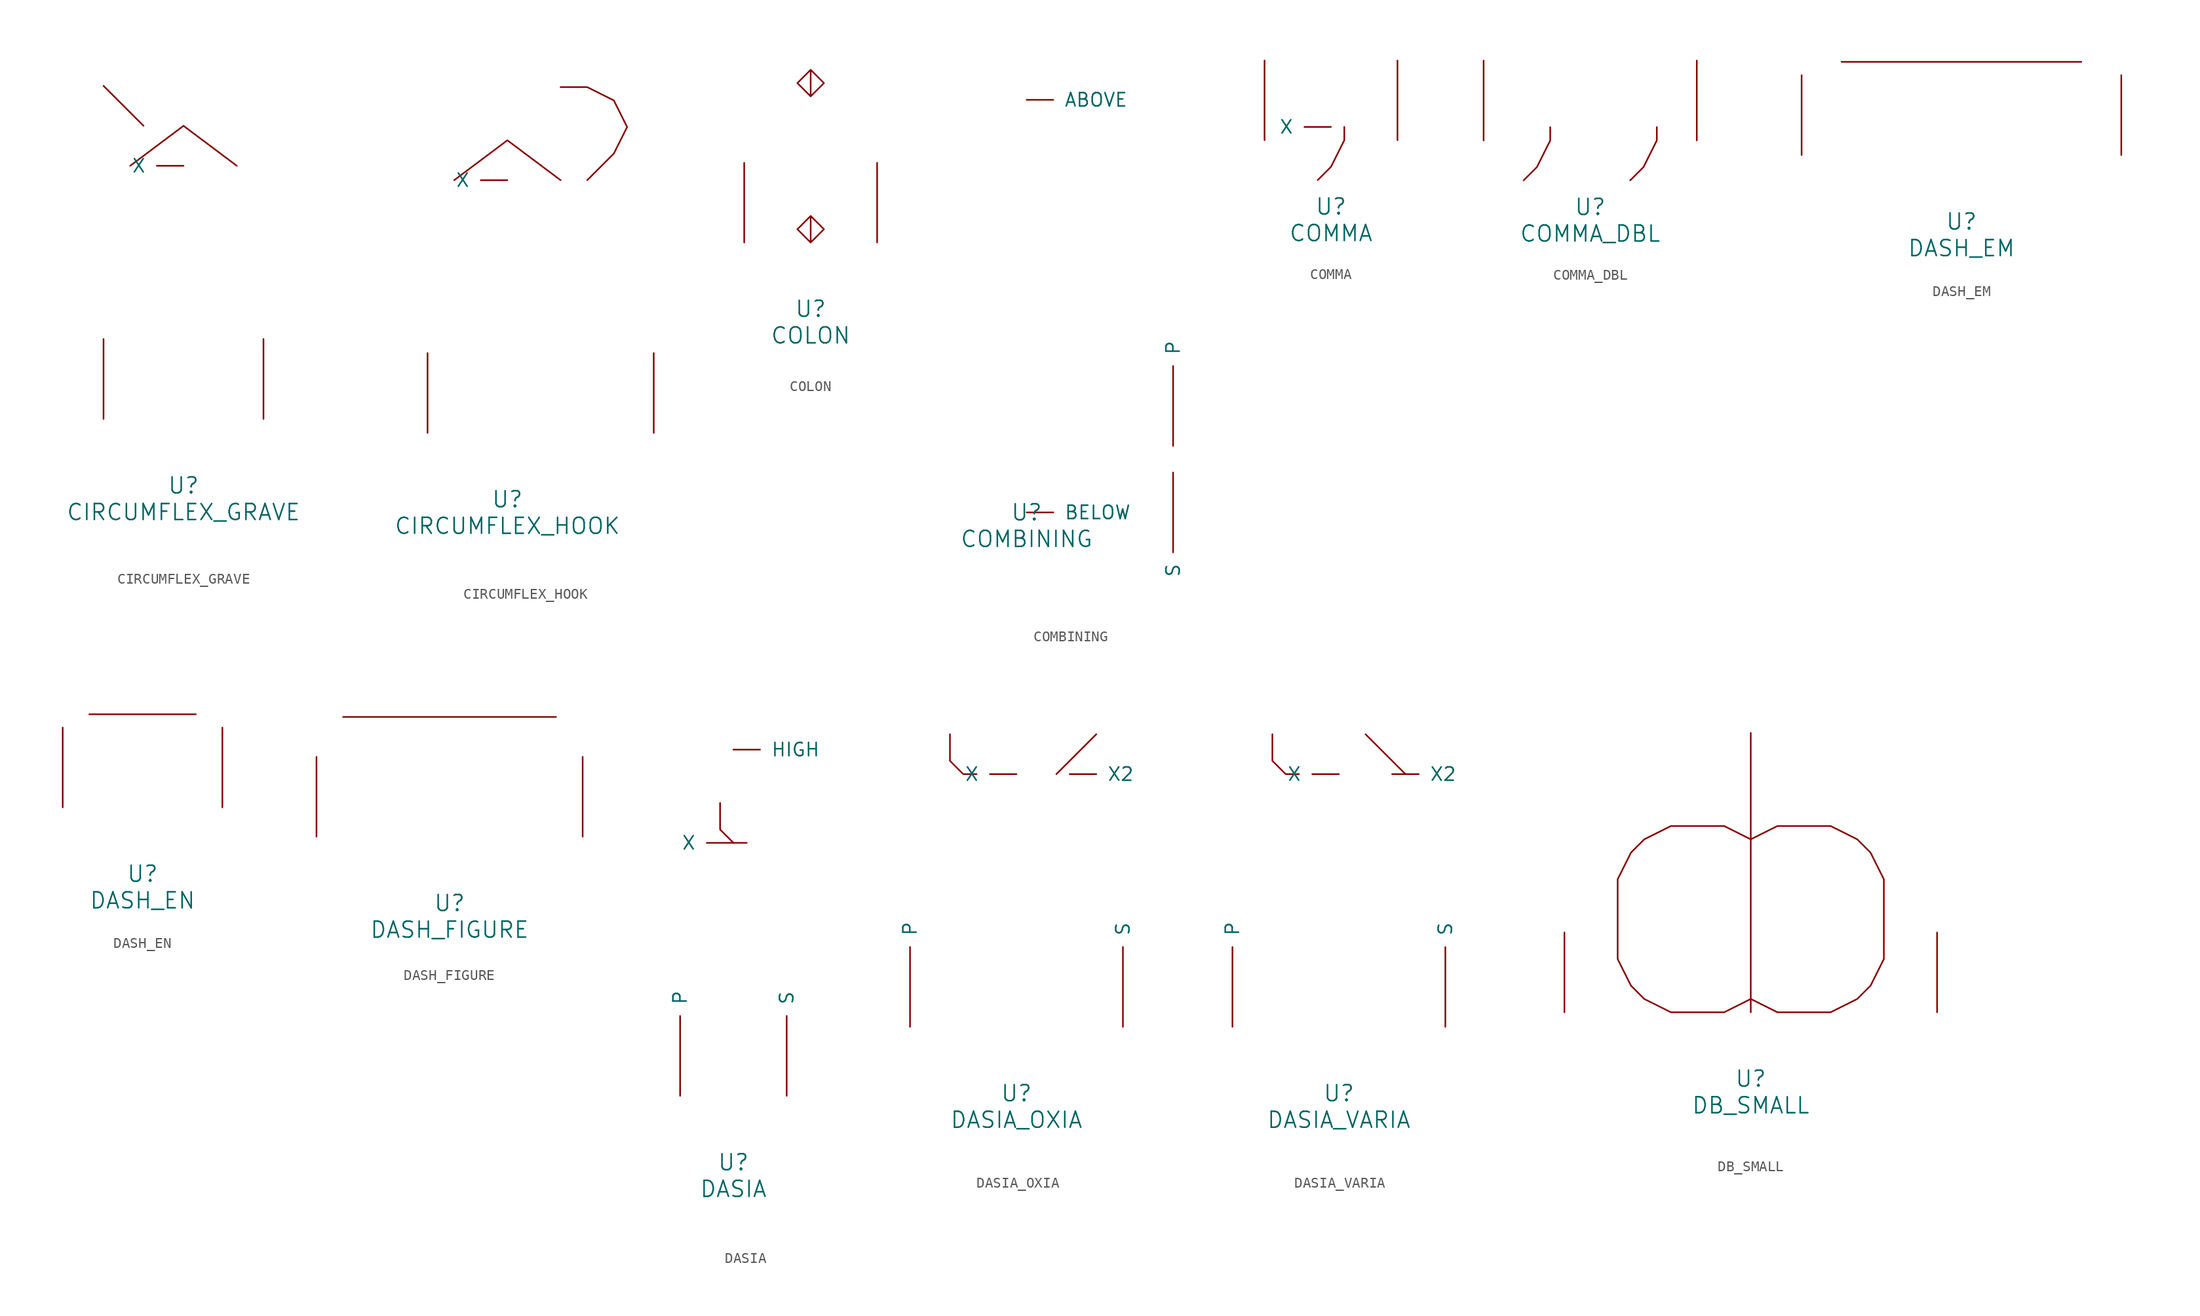
<source format=kicad_sym>
(kicad_symbol_lib
  (version 20220914)
  (generator font_lib2sym)
  (symbol "CIRCUMFLEX_GRAVE"
    (pin_names
      (offset 1.016))
    (property "Reference" "U"
      (at 0 -6.35 0)
      (effects (font (size 1.524 1.524))))
    (property "Value" "CIRCUMFLEX_GRAVE"
      (at 0 -8.89 0)
      (effects (font (size 1.524 1.524))))
    (symbol "CIRCUMFLEX_GRAVE_0_1"
      (polyline (pts (xy -3.81 27.94) (xy -7.62 31.75)) (stroke (width 0) (type solid)) (fill (type none)))
      (polyline (pts (xy -5.08 24.13) (xy 0 27.94) (xy 5.08 24.13)) (stroke (width 0) (type solid)) (fill (type none)))
      (pin input line (at 0 24.13 180) (length 2.54) (name "X" (effects (font (size 1.27 1.27)))) (number "~" (effects (font (size 1.27 1.27)))))
      (pin input line (at -7.62 0 90) (length 7.62) (name "~" (effects (font (size 1.27 1.27)))) (number "~" (effects (font (size 1.27 1.27)))))
      (pin input line (at 7.62 0 90) (length 7.62) (name "~" (effects (font (size 1.27 1.27)))) (number "~" (effects (font (size 1.27 1.27)))))))
  (symbol "CIRCUMFLEX_HOOK"
    (pin_names
      (offset 1.016))
    (property "Reference" "U"
      (at 0 -6.35 0)
      (effects (font (size 1.524 1.524))))
    (property "Value" "CIRCUMFLEX_HOOK"
      (at 0 -8.89 0)
      (effects (font (size 1.524 1.524))))
    (symbol "CIRCUMFLEX_HOOK_0_1"
      (polyline (pts (xy -5.08 24.13) (xy 0 27.94) (xy 5.08 24.13)) (stroke (width 0) (type solid)) (fill (type none)))
      (polyline (pts (xy 7.62 24.13) (xy 10.16 26.67) (xy 11.43 29.21) (xy 10.16 31.75) (xy 7.62 33.02) (xy 5.08 33.02)) (stroke (width 0) (type solid)) (fill (type none)))
      (pin input line (at 0 24.13 180) (length 2.54) (name "X" (effects (font (size 1.27 1.27)))) (number "~" (effects (font (size 1.27 1.27)))))
      (pin input line (at -7.62 0 90) (length 7.62) (name "~" (effects (font (size 1.27 1.27)))) (number "~" (effects (font (size 1.27 1.27)))))
      (pin input line (at 13.97 0 90) (length 7.62) (name "~" (effects (font (size 1.27 1.27)))) (number "~" (effects (font (size 1.27 1.27)))))))
  (symbol "COLON"
    (pin_names
      (offset 1.016))
    (property "Reference" "U"
      (at 0 -6.35 0)
      (effects (font (size 1.524 1.524))))
    (property "Value" "COLON"
      (at 0 -8.89 0)
      (effects (font (size 1.524 1.524))))
    (symbol "COLON_0_1"
      (polyline (pts (xy 0 2.54) (xy 1.27 1.27) (xy 0 0) (xy -1.27 1.27) (xy 0 2.54) (xy 0 0)) (stroke (width 0) (type solid)) (fill (type none)))
      (polyline (pts (xy 0 16.51) (xy 1.27 15.24) (xy 0 13.97) (xy -1.27 15.24) (xy 0 16.51) (xy 0 13.97)) (stroke (width 0) (type solid)) (fill (type none)))
      (pin input line (at -6.35 0 90) (length 7.62) (name "~" (effects (font (size 1.27 1.27)))) (number "~" (effects (font (size 1.27 1.27)))))
      (pin input line (at 6.35 0 90) (length 7.62) (name "~" (effects (font (size 1.27 1.27)))) (number "~" (effects (font (size 1.27 1.27)))))))
  (symbol "COMBINING"
    (pin_names
      (offset 1.016))
    (property "Reference" "U"
      (at 0 -6.35 0)
      (effects (font (size 1.524 1.524))))
    (property "Value" "COMBINING"
      (at 0 -8.89 0)
      (effects (font (size 1.524 1.524))))
    (symbol "COMBINING_0_1"
      (pin input line (at 0 33.02 0) (length 2.54) (name "ABOVE" (effects (font (size 1.27 1.27)))) (number "~" (effects (font (size 1.27 1.27)))))
      (pin input line (at 0 -6.35 0) (length 2.54) (name "BELOW" (effects (font (size 1.27 1.27)))) (number "~" (effects (font (size 1.27 1.27)))))
      (pin input line (at 13.97 0 90) (length 7.62) (name "P" (effects (font (size 1.27 1.27)))) (number "~" (effects (font (size 1.27 1.27)))))
      (pin input line (at 13.97 -2.54 270) (length 7.62) (name "S" (effects (font (size 1.27 1.27)))) (number "~" (effects (font (size 1.27 1.27)))))))
  (symbol "COMMA"
    (pin_names
      (offset 1.016))
    (property "Reference" "U"
      (at 0 -6.35 0)
      (effects (font (size 1.524 1.524))))
    (property "Value" "COMMA"
      (at 0 -8.89 0)
      (effects (font (size 1.524 1.524))))
    (symbol "COMMA_0_1"
      (polyline (pts (xy 1.27 1.27) (xy 1.27 0) (xy 0 -2.54) (xy -1.27 -3.81)) (stroke (width 0) (type solid)) (fill (type none)))
      (pin input line (at 0 1.27 180) (length 2.54) (name "X" (effects (font (size 1.27 1.27)))) (number "~" (effects (font (size 1.27 1.27)))))
      (pin input line (at -6.35 0 90) (length 7.62) (name "~" (effects (font (size 1.27 1.27)))) (number "~" (effects (font (size 1.27 1.27)))))
      (pin input line (at 6.35 0 90) (length 7.62) (name "~" (effects (font (size 1.27 1.27)))) (number "~" (effects (font (size 1.27 1.27)))))))
  (symbol "COMMA_DBL"
    (pin_names
      (offset 1.016))
    (property "Reference" "U"
      (at 0 -6.35 0)
      (effects (font (size 1.524 1.524))))
    (property "Value" "COMMA_DBL"
      (at 0 -8.89 0)
      (effects (font (size 1.524 1.524))))
    (symbol "COMMA_DBL_0_1"
      (polyline (pts (xy -3.81 1.27) (xy -3.81 0) (xy -5.08 -2.54) (xy -6.35 -3.81)) (stroke (width 0) (type solid)) (fill (type none)))
      (polyline (pts (xy 6.35 1.27) (xy 6.35 0) (xy 5.08 -2.54) (xy 3.81 -3.81)) (stroke (width 0) (type solid)) (fill (type none)))
      (pin input line (at -10.16 0 90) (length 7.62) (name "~" (effects (font (size 1.27 1.27)))) (number "~" (effects (font (size 1.27 1.27)))))
      (pin input line (at 10.16 0 90) (length 7.62) (name "~" (effects (font (size 1.27 1.27)))) (number "~" (effects (font (size 1.27 1.27)))))))
  (symbol "DASH_EM"
    (pin_names
      (offset 1.016))
    (property "Reference" "U"
      (at 0 -6.35 0)
      (effects (font (size 1.524 1.524))))
    (property "Value" "DASH_EM"
      (at 0 -8.89 0)
      (effects (font (size 1.524 1.524))))
    (symbol "DASH_EM_0_1"
      (polyline (pts (xy -11.43 8.89) (xy 11.43 8.89)) (stroke (width 0) (type solid)) (fill (type none)))
      (pin input line (at -15.24 0 90) (length 7.62) (name "~" (effects (font (size 1.27 1.27)))) (number "~" (effects (font (size 1.27 1.27)))))
      (pin input line (at 15.24 0 90) (length 7.62) (name "~" (effects (font (size 1.27 1.27)))) (number "~" (effects (font (size 1.27 1.27)))))))
  (symbol "DASH_EN"
    (pin_names
      (offset 1.016))
    (property "Reference" "U"
      (at 0 -6.35 0)
      (effects (font (size 1.524 1.524))))
    (property "Value" "DASH_EN"
      (at 0 -8.89 0)
      (effects (font (size 1.524 1.524))))
    (symbol "DASH_EN_0_1"
      (polyline (pts (xy 5.08 8.89) (xy -5.08 8.89)) (stroke (width 0) (type solid)) (fill (type none)))
      (pin input line (at -7.62 0 90) (length 7.62) (name "~" (effects (font (size 1.27 1.27)))) (number "~" (effects (font (size 1.27 1.27)))))
      (pin input line (at 7.62 0 90) (length 7.62) (name "~" (effects (font (size 1.27 1.27)))) (number "~" (effects (font (size 1.27 1.27)))))))
  (symbol "DASH_FIGURE"
    (pin_names
      (offset 1.016))
    (property "Reference" "U"
      (at 0 -6.35 0)
      (effects (font (size 1.524 1.524))))
    (property "Value" "DASH_FIGURE"
      (at 0 -8.89 0)
      (effects (font (size 1.524 1.524))))
    (symbol "DASH_FIGURE_0_1"
      (polyline (pts (xy -10.16 11.43) (xy 10.16 11.43)) (stroke (width 0) (type solid)) (fill (type none)))
      (pin input line (at -12.7 0 90) (length 7.62) (name "~" (effects (font (size 1.27 1.27)))) (number "~" (effects (font (size 1.27 1.27)))))
      (pin input line (at 12.7 0 90) (length 7.62) (name "~" (effects (font (size 1.27 1.27)))) (number "~" (effects (font (size 1.27 1.27)))))))
  (symbol "DASIA"
    (pin_names
      (offset 1.016))
    (property "Reference" "U"
      (at 0 -6.35 0)
      (effects (font (size 1.524 1.524))))
    (property "Value" "DASIA"
      (at 0 -8.89 0)
      (effects (font (size 1.524 1.524))))
    (symbol "DASIA_0_1"
      (polyline (pts (xy -1.27 27.94) (xy -1.27 25.4) (xy 0 24.13) (xy 1.27 24.13)) (stroke (width 0) (type solid)) (fill (type none)))
      (pin input line (at 0 33.02 0) (length 2.54) (name "HIGH" (effects (font (size 1.27 1.27)))) (number "~" (effects (font (size 1.27 1.27)))))
      (pin input line (at -5.08 0 90) (length 7.62) (name "P" (effects (font (size 1.27 1.27)))) (number "~" (effects (font (size 1.27 1.27)))))
      (pin input line (at 5.08 0 90) (length 7.62) (name "S" (effects (font (size 1.27 1.27)))) (number "~" (effects (font (size 1.27 1.27)))))
      (pin input line (at 0 24.13 180) (length 2.54) (name "X" (effects (font (size 1.27 1.27)))) (number "~" (effects (font (size 1.27 1.27)))))))
  (symbol "DASIA_OXIA"
    (pin_names
      (offset 1.016))
    (property "Reference" "U"
      (at 0 -6.35 0)
      (effects (font (size 1.524 1.524))))
    (property "Value" "DASIA_OXIA"
      (at 0 -8.89 0)
      (effects (font (size 1.524 1.524))))
    (symbol "DASIA_OXIA_0_1"
      (polyline (pts (xy 7.62 27.94) (xy 3.81 24.13)) (stroke (width 0) (type solid)) (fill (type none)))
      (polyline (pts (xy -6.35 27.94) (xy -6.35 25.4) (xy -5.08 24.13) (xy -3.81 24.13)) (stroke (width 0) (type solid)) (fill (type none)))
      (pin input line (at -10.16 0 90) (length 7.62) (name "P" (effects (font (size 1.27 1.27)))) (number "~" (effects (font (size 1.27 1.27)))))
      (pin input line (at 10.16 0 90) (length 7.62) (name "S" (effects (font (size 1.27 1.27)))) (number "~" (effects (font (size 1.27 1.27)))))
      (pin input line (at 0 24.13 180) (length 2.54) (name "X" (effects (font (size 1.27 1.27)))) (number "~" (effects (font (size 1.27 1.27)))))
      (pin input line (at 5.08 24.13 0) (length 2.54) (name "X2" (effects (font (size 1.27 1.27)))) (number "~" (effects (font (size 1.27 1.27)))))))
  (symbol "DASIA_VARIA"
    (pin_names
      (offset 1.016))
    (property "Reference" "U"
      (at 0 -6.35 0)
      (effects (font (size 1.524 1.524))))
    (property "Value" "DASIA_VARIA"
      (at 0 -8.89 0)
      (effects (font (size 1.524 1.524))))
    (symbol "DASIA_VARIA_0_1"
      (polyline (pts (xy 2.54 27.94) (xy 6.35 24.13)) (stroke (width 0) (type solid)) (fill (type none)))
      (polyline (pts (xy -6.35 27.94) (xy -6.35 25.4) (xy -5.08 24.13) (xy -3.81 24.13)) (stroke (width 0) (type solid)) (fill (type none)))
      (pin input line (at -10.16 0 90) (length 7.62) (name "P" (effects (font (size 1.27 1.27)))) (number "~" (effects (font (size 1.27 1.27)))))
      (pin input line (at 10.16 0 90) (length 7.62) (name "S" (effects (font (size 1.27 1.27)))) (number "~" (effects (font (size 1.27 1.27)))))
      (pin input line (at 0 24.13 180) (length 2.54) (name "X" (effects (font (size 1.27 1.27)))) (number "~" (effects (font (size 1.27 1.27)))))
      (pin input line (at 5.08 24.13 0) (length 2.54) (name "X2" (effects (font (size 1.27 1.27)))) (number "~" (effects (font (size 1.27 1.27)))))))
  (symbol "DB_SMALL"
    (pin_names
      (offset 1.016))
    (property "Reference" "U"
      (at 0 -6.35 0)
      (effects (font (size 1.524 1.524))))
    (property "Value" "DB_SMALL"
      (at 0 -8.89 0)
      (effects (font (size 1.524 1.524))))
    (symbol "DB_SMALL_0_1"
      (polyline (pts (xy 0 0) (xy 0 26.67)) (stroke (width 0) (type solid)) (fill (type none)))
      (polyline (pts (xy 0 1.27) (xy -2.54 0) (xy -7.62 0) (xy -10.16 1.27) (xy -11.43 2.54) (xy -12.7 5.08) (xy -12.7 12.7) (xy -11.43 15.24) (xy -10.16 16.51) (xy -7.62 17.78) (xy -2.54 17.78) (xy 0 16.51)) (stroke (width 0) (type solid)) (fill (type none)))
      (polyline (pts (xy 0 16.51) (xy 2.54 17.78) (xy 7.62 17.78) (xy 10.16 16.51) (xy 11.43 15.24) (xy 12.7 12.7) (xy 12.7 5.08) (xy 11.43 2.54) (xy 10.16 1.27) (xy 7.62 0) (xy 2.54 0) (xy 0 1.27)) (stroke (width 0) (type solid)) (fill (type none)))
      (pin input line (at -17.78 0 90) (length 7.62) (name "~" (effects (font (size 1.27 1.27)))) (number "~" (effects (font (size 1.27 1.27)))))
      (pin input line (at 17.78 0 90) (length 7.62) (name "~" (effects (font (size 1.27 1.27)))) (number "~" (effects (font (size 1.27 1.27))))))))
</source>
